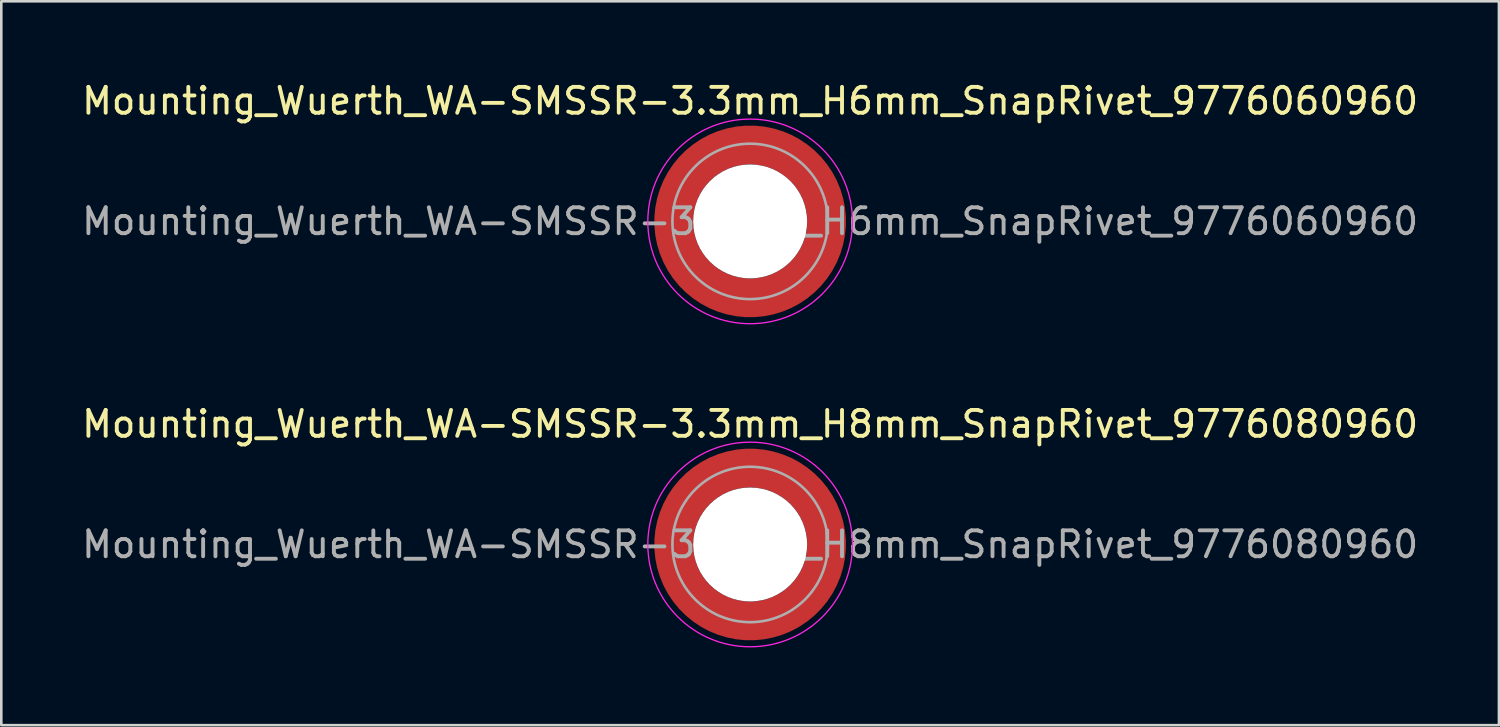
<source format=kicad_pcb>
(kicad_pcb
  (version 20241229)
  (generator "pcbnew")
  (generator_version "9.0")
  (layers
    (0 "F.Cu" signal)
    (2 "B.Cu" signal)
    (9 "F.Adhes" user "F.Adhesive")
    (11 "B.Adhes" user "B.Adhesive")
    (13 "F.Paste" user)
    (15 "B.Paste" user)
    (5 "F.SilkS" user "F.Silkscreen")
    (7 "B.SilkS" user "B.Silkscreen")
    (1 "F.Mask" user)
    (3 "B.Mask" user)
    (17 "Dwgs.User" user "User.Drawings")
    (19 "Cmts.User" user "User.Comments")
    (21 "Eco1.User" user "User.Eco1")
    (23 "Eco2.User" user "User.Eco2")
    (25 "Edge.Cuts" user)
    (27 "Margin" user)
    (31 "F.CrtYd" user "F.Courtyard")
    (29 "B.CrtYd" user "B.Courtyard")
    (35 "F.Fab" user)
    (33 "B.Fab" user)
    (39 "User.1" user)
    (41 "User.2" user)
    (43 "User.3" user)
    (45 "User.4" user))
  (footprint "Mounting_Wuerth_WA-SMSSR-3.3mm_H6mm_SnapRivet_9776060960"
    (layer "F.Cu")
    (at 25.911 5.498)
    (property "Reference" "Mounting_Wuerth_WA-SMSSR-3.3mm_H6mm_SnapRivet_9776060960" (at 0 -4.65 0) (layer "F.SilkS") (effects (font (size 1 1) (thickness 0.15))))
    (attr smd allow_soldermask_bridges)
    (fp_circle (center 0 0) (end 3.95 0) (stroke (width 0.05) (type solid)) (fill no) (layer "F.CrtYd"))
    (fp_circle (center 0 0) (end 3 0) (stroke (width 0.1) (type solid)) (fill no) (layer "F.Fab"))
    (fp_text user "${REFERENCE}" (at 0 0 0) (layer "F.Fab") (effects (font (size 1 1) (thickness 0.15))))
    (pad "" smd custom (at -2.077 -2.077) (size 0.698 0.698) (layers "F.Paste") (options (anchor circle)) (primitives (gr_arc (start -0.208831 1.577126) (mid 0.422496 0.422496) (end 1.577126 -0.208831) (width 0.2)) (gr_arc (start -0.310669 1.577126) (mid 0.35208 0.35208) (end 1.577126 -0.310669) (width 0.2)) (gr_arc (start -0.412325 1.577126) (mid 0.281664 0.281664) (end 1.577126 -0.412325) (width 0.2)) (gr_arc (start -0.51382 1.577126) (mid 0.211248 0.211248) (end 1.577126 -0.51382) (width 0.2)) (gr_arc (start -0.615172 1.577126) (mid 0.140832 0.140832) (end 1.577126 -0.615172) (width 0.2)) (gr_arc (start -0.716397 1.577126) (mid 0.070416 0.070416) (end 1.577126 -0.716397) (width 0.2)) (gr_arc (start -0.817508 1.577126) (mid 0 0) (end 1.577126 -0.817508) (width 0.2)) (gr_arc (start -0.918517 1.577126) (mid -0.070416 -0.070416) (end 1.577126 -0.918517) (width 0.2)) (gr_arc (start -1.019433 1.577126) (mid -0.140832 -0.140832) (end 1.577126 -1.019433) (width 0.2)) (gr_arc (start -1.120266 1.577126) (mid -0.211248 -0.211248) (end 1.577126 -1.120266) (width 0.2)) (gr_arc (start -1.221022 1.577126) (mid -0.281664 -0.281664) (end 1.577126 -1.221022) (width 0.2)) (gr_arc (start -1.32171 1.577126) (mid -0.35208 -0.35208) (end 1.577126 -1.32171) (width 0.2)) (gr_arc (start -1.422335 1.577126) (mid -0.422496 -0.422496) (end 1.577126 -1.422335) (width 0.2)) (gr_line (start 1.577 -0.209) (end 1.577 -1.422) (width 0.2)) (gr_line (start -0.209 1.577) (end -1.422 1.577) (width 0.2))))
    (pad "" smd custom (at -2.077 2.077) (size 0.698 0.698) (layers "F.Paste") (options (anchor circle)) (primitives (gr_arc (start 1.577126 0.208831) (mid 0.422496 -0.422496) (end -0.208831 -1.577126) (width 0.2)) (gr_arc (start 1.577126 0.310669) (mid 0.35208 -0.35208) (end -0.310669 -1.577126) (width 0.2)) (gr_arc (start 1.577126 0.412325) (mid 0.281664 -0.281664) (end -0.412325 -1.577126) (width 0.2)) (gr_arc (start 1.577126 0.51382) (mid 0.211248 -0.211248) (end -0.51382 -1.577126) (width 0.2)) (gr_arc (start 1.577126 0.615172) (mid 0.140832 -0.140832) (end -0.615172 -1.577126) (width 0.2)) (gr_arc (start 1.577126 0.716397) (mid 0.070416 -0.070416) (end -0.716397 -1.577126) (width 0.2)) (gr_arc (start 1.577126 0.817508) (mid 0 0) (end -0.817508 -1.577126) (width 0.2)) (gr_arc (start 1.577126 0.918517) (mid -0.070416 0.070416) (end -0.918517 -1.577126) (width 0.2)) (gr_arc (start 1.577126 1.019433) (mid -0.140832 0.140832) (end -1.019433 -1.577126) (width 0.2)) (gr_arc (start 1.577126 1.120266) (mid -0.211248 0.211248) (end -1.120266 -1.577126) (width 0.2)) (gr_arc (start 1.577126 1.221022) (mid -0.281664 0.281664) (end -1.221022 -1.577126) (width 0.2)) (gr_arc (start 1.577126 1.32171) (mid -0.35208 0.35208) (end -1.32171 -1.577126) (width 0.2)) (gr_arc (start 1.577126 1.422335) (mid -0.422496 0.422496) (end -1.422335 -1.577126) (width 0.2)) (gr_line (start -0.209 -1.577) (end -1.422 -1.577) (width 0.2)) (gr_line (start 1.577 0.209) (end 1.577 1.422) (width 0.2))))
    (pad "" np_thru_hole circle (at 0 0) (size 4.4 4.4) (drill 4.4) (layers "*.Cu" "*.Mask"))
    (pad "" smd custom (at 2.077 -2.077) (size 0.698 0.698) (layers "F.Paste") (options (anchor circle)) (primitives (gr_arc (start -1.577126 -0.208831) (mid -0.422496 0.422496) (end 0.208831 1.577126) (width 0.2)) (gr_arc (start -1.577126 -0.310669) (mid -0.35208 0.35208) (end 0.310669 1.577126) (width 0.2)) (gr_arc (start -1.577126 -0.412325) (mid -0.281664 0.281664) (end 0.412325 1.577126) (width 0.2)) (gr_arc (start -1.577126 -0.51382) (mid -0.211248 0.211248) (end 0.51382 1.577126) (width 0.2)) (gr_arc (start -1.577126 -0.615172) (mid -0.140832 0.140832) (end 0.615172 1.577126) (width 0.2)) (gr_arc (start -1.577126 -0.716397) (mid -0.070416 0.070416) (end 0.716397 1.577126) (width 0.2)) (gr_arc (start -1.577126 -0.817508) (mid 0 0) (end 0.817508 1.577126) (width 0.2)) (gr_arc (start -1.577126 -0.918517) (mid 0.070416 -0.070416) (end 0.918517 1.577126) (width 0.2)) (gr_arc (start -1.577126 -1.019433) (mid 0.140832 -0.140832) (end 1.019433 1.577126) (width 0.2)) (gr_arc (start -1.577126 -1.120266) (mid 0.211248 -0.211248) (end 1.120266 1.577126) (width 0.2)) (gr_arc (start -1.577126 -1.221022) (mid 0.281664 -0.281664) (end 1.221022 1.577126) (width 0.2)) (gr_arc (start -1.577126 -1.32171) (mid 0.35208 -0.35208) (end 1.32171 1.577126) (width 0.2)) (gr_arc (start -1.577126 -1.422335) (mid 0.422496 -0.422496) (end 1.422335 1.577126) (width 0.2)) (gr_line (start 0.209 1.577) (end 1.422 1.577) (width 0.2)) (gr_line (start -1.577 -0.209) (end -1.577 -1.422) (width 0.2))))
    (pad "" smd custom (at 2.077 2.077) (size 0.698 0.698) (layers "F.Paste") (options (anchor circle)) (primitives (gr_arc (start 0.208831 -1.577126) (mid -0.422496 -0.422496) (end -1.577126 0.208831) (width 0.2)) (gr_arc (start 0.310669 -1.577126) (mid -0.35208 -0.35208) (end -1.577126 0.310669) (width 0.2)) (gr_arc (start 0.412325 -1.577126) (mid -0.281664 -0.281664) (end -1.577126 0.412325) (width 0.2)) (gr_arc (start 0.51382 -1.577126) (mid -0.211248 -0.211248) (end -1.577126 0.51382) (width 0.2)) (gr_arc (start 0.615172 -1.577126) (mid -0.140832 -0.140832) (end -1.577126 0.615172) (width 0.2)) (gr_arc (start 0.716397 -1.577126) (mid -0.070416 -0.070416) (end -1.577126 0.716397) (width 0.2)) (gr_arc (start 0.817508 -1.577126) (mid 0 0) (end -1.577126 0.817508) (width 0.2)) (gr_arc (start 0.918517 -1.577126) (mid 0.070416 0.070416) (end -1.577126 0.918517) (width 0.2)) (gr_arc (start 1.019433 -1.577126) (mid 0.140832 0.140832) (end -1.577126 1.019433) (width 0.2)) (gr_arc (start 1.120266 -1.577126) (mid 0.211248 0.211248) (end -1.577126 1.120266) (width 0.2)) (gr_arc (start 1.221022 -1.577126) (mid 0.281664 0.281664) (end -1.577126 1.221022) (width 0.2)) (gr_arc (start 1.32171 -1.577126) (mid 0.35208 0.35208) (end -1.577126 1.32171) (width 0.2)) (gr_arc (start 1.422335 -1.577126) (mid 0.422496 0.422496) (end -1.577126 1.422335) (width 0.2)) (gr_line (start -1.577 0.209) (end -1.577 1.422) (width 0.2)) (gr_line (start 0.209 -1.577) (end 1.422 -1.577) (width 0.2))))
    (pad "1" smd circle (at -2.95 0) (size 0.992 0.992) (layers "F.Cu"))
    (pad "1" smd circle (at 0 -2.95) (size 0.992 0.992) (layers "F.Cu"))
    (pad "1" smd circle (at 0 2.95) (size 0.992 0.992) (layers "F.Cu"))
    (pad "1" smd custom (at 2.95 0) (size 1.5 1.5) (layers "F.Cu" "F.Mask") (options (anchor circle)) (primitives (gr_circle (center -2.95 0) (end 0 0) (width 1.5) (fill no)))))
  (footprint "Mounting_Wuerth_WA-SMSSR-3.3mm_H8mm_SnapRivet_9776080960"
    (layer "F.Cu")
    (at 25.911 17.971)
    (property "Reference" "Mounting_Wuerth_WA-SMSSR-3.3mm_H8mm_SnapRivet_9776080960" (at 0 -4.65 0) (layer "F.SilkS") (effects (font (size 1 1) (thickness 0.15))))
    (attr smd allow_soldermask_bridges)
    (fp_circle (center 0 0) (end 3.95 0) (stroke (width 0.05) (type solid)) (fill no) (layer "F.CrtYd"))
    (fp_circle (center 0 0) (end 3 0) (stroke (width 0.1) (type solid)) (fill no) (layer "F.Fab"))
    (fp_text user "${REFERENCE}" (at 0 0 0) (layer "F.Fab") (effects (font (size 1 1) (thickness 0.15))))
    (pad "" smd custom (at -2.077 -2.077) (size 0.698 0.698) (layers "F.Paste") (options (anchor circle)) (primitives (gr_arc (start -0.208831 1.577126) (mid 0.422496 0.422496) (end 1.577126 -0.208831) (width 0.2)) (gr_arc (start -0.310669 1.577126) (mid 0.35208 0.35208) (end 1.577126 -0.310669) (width 0.2)) (gr_arc (start -0.412325 1.577126) (mid 0.281664 0.281664) (end 1.577126 -0.412325) (width 0.2)) (gr_arc (start -0.51382 1.577126) (mid 0.211248 0.211248) (end 1.577126 -0.51382) (width 0.2)) (gr_arc (start -0.615172 1.577126) (mid 0.140832 0.140832) (end 1.577126 -0.615172) (width 0.2)) (gr_arc (start -0.716397 1.577126) (mid 0.070416 0.070416) (end 1.577126 -0.716397) (width 0.2)) (gr_arc (start -0.817508 1.577126) (mid 0 0) (end 1.577126 -0.817508) (width 0.2)) (gr_arc (start -0.918517 1.577126) (mid -0.070416 -0.070416) (end 1.577126 -0.918517) (width 0.2)) (gr_arc (start -1.019433 1.577126) (mid -0.140832 -0.140832) (end 1.577126 -1.019433) (width 0.2)) (gr_arc (start -1.120266 1.577126) (mid -0.211248 -0.211248) (end 1.577126 -1.120266) (width 0.2)) (gr_arc (start -1.221022 1.577126) (mid -0.281664 -0.281664) (end 1.577126 -1.221022) (width 0.2)) (gr_arc (start -1.32171 1.577126) (mid -0.35208 -0.35208) (end 1.577126 -1.32171) (width 0.2)) (gr_arc (start -1.422335 1.577126) (mid -0.422496 -0.422496) (end 1.577126 -1.422335) (width 0.2)) (gr_line (start 1.577 -0.209) (end 1.577 -1.422) (width 0.2)) (gr_line (start -0.209 1.577) (end -1.422 1.577) (width 0.2))))
    (pad "" smd custom (at -2.077 2.077) (size 0.698 0.698) (layers "F.Paste") (options (anchor circle)) (primitives (gr_arc (start 1.577126 0.208831) (mid 0.422496 -0.422496) (end -0.208831 -1.577126) (width 0.2)) (gr_arc (start 1.577126 0.310669) (mid 0.35208 -0.35208) (end -0.310669 -1.577126) (width 0.2)) (gr_arc (start 1.577126 0.412325) (mid 0.281664 -0.281664) (end -0.412325 -1.577126) (width 0.2)) (gr_arc (start 1.577126 0.51382) (mid 0.211248 -0.211248) (end -0.51382 -1.577126) (width 0.2)) (gr_arc (start 1.577126 0.615172) (mid 0.140832 -0.140832) (end -0.615172 -1.577126) (width 0.2)) (gr_arc (start 1.577126 0.716397) (mid 0.070416 -0.070416) (end -0.716397 -1.577126) (width 0.2)) (gr_arc (start 1.577126 0.817508) (mid 0 0) (end -0.817508 -1.577126) (width 0.2)) (gr_arc (start 1.577126 0.918517) (mid -0.070416 0.070416) (end -0.918517 -1.577126) (width 0.2)) (gr_arc (start 1.577126 1.019433) (mid -0.140832 0.140832) (end -1.019433 -1.577126) (width 0.2)) (gr_arc (start 1.577126 1.120266) (mid -0.211248 0.211248) (end -1.120266 -1.577126) (width 0.2)) (gr_arc (start 1.577126 1.221022) (mid -0.281664 0.281664) (end -1.221022 -1.577126) (width 0.2)) (gr_arc (start 1.577126 1.32171) (mid -0.35208 0.35208) (end -1.32171 -1.577126) (width 0.2)) (gr_arc (start 1.577126 1.422335) (mid -0.422496 0.422496) (end -1.422335 -1.577126) (width 0.2)) (gr_line (start -0.209 -1.577) (end -1.422 -1.577) (width 0.2)) (gr_line (start 1.577 0.209) (end 1.577 1.422) (width 0.2))))
    (pad "" np_thru_hole circle (at 0 0) (size 4.4 4.4) (drill 4.4) (layers "*.Cu" "*.Mask"))
    (pad "" smd custom (at 2.077 -2.077) (size 0.698 0.698) (layers "F.Paste") (options (anchor circle)) (primitives (gr_arc (start -1.577126 -0.208831) (mid -0.422496 0.422496) (end 0.208831 1.577126) (width 0.2)) (gr_arc (start -1.577126 -0.310669) (mid -0.35208 0.35208) (end 0.310669 1.577126) (width 0.2)) (gr_arc (start -1.577126 -0.412325) (mid -0.281664 0.281664) (end 0.412325 1.577126) (width 0.2)) (gr_arc (start -1.577126 -0.51382) (mid -0.211248 0.211248) (end 0.51382 1.577126) (width 0.2)) (gr_arc (start -1.577126 -0.615172) (mid -0.140832 0.140832) (end 0.615172 1.577126) (width 0.2)) (gr_arc (start -1.577126 -0.716397) (mid -0.070416 0.070416) (end 0.716397 1.577126) (width 0.2)) (gr_arc (start -1.577126 -0.817508) (mid 0 0) (end 0.817508 1.577126) (width 0.2)) (gr_arc (start -1.577126 -0.918517) (mid 0.070416 -0.070416) (end 0.918517 1.577126) (width 0.2)) (gr_arc (start -1.577126 -1.019433) (mid 0.140832 -0.140832) (end 1.019433 1.577126) (width 0.2)) (gr_arc (start -1.577126 -1.120266) (mid 0.211248 -0.211248) (end 1.120266 1.577126) (width 0.2)) (gr_arc (start -1.577126 -1.221022) (mid 0.281664 -0.281664) (end 1.221022 1.577126) (width 0.2)) (gr_arc (start -1.577126 -1.32171) (mid 0.35208 -0.35208) (end 1.32171 1.577126) (width 0.2)) (gr_arc (start -1.577126 -1.422335) (mid 0.422496 -0.422496) (end 1.422335 1.577126) (width 0.2)) (gr_line (start 0.209 1.577) (end 1.422 1.577) (width 0.2)) (gr_line (start -1.577 -0.209) (end -1.577 -1.422) (width 0.2))))
    (pad "" smd custom (at 2.077 2.077) (size 0.698 0.698) (layers "F.Paste") (options (anchor circle)) (primitives (gr_arc (start 0.208831 -1.577126) (mid -0.422496 -0.422496) (end -1.577126 0.208831) (width 0.2)) (gr_arc (start 0.310669 -1.577126) (mid -0.35208 -0.35208) (end -1.577126 0.310669) (width 0.2)) (gr_arc (start 0.412325 -1.577126) (mid -0.281664 -0.281664) (end -1.577126 0.412325) (width 0.2)) (gr_arc (start 0.51382 -1.577126) (mid -0.211248 -0.211248) (end -1.577126 0.51382) (width 0.2)) (gr_arc (start 0.615172 -1.577126) (mid -0.140832 -0.140832) (end -1.577126 0.615172) (width 0.2)) (gr_arc (start 0.716397 -1.577126) (mid -0.070416 -0.070416) (end -1.577126 0.716397) (width 0.2)) (gr_arc (start 0.817508 -1.577126) (mid 0 0) (end -1.577126 0.817508) (width 0.2)) (gr_arc (start 0.918517 -1.577126) (mid 0.070416 0.070416) (end -1.577126 0.918517) (width 0.2)) (gr_arc (start 1.019433 -1.577126) (mid 0.140832 0.140832) (end -1.577126 1.019433) (width 0.2)) (gr_arc (start 1.120266 -1.577126) (mid 0.211248 0.211248) (end -1.577126 1.120266) (width 0.2)) (gr_arc (start 1.221022 -1.577126) (mid 0.281664 0.281664) (end -1.577126 1.221022) (width 0.2)) (gr_arc (start 1.32171 -1.577126) (mid 0.35208 0.35208) (end -1.577126 1.32171) (width 0.2)) (gr_arc (start 1.422335 -1.577126) (mid 0.422496 0.422496) (end -1.577126 1.422335) (width 0.2)) (gr_line (start -1.577 0.209) (end -1.577 1.422) (width 0.2)) (gr_line (start 0.209 -1.577) (end 1.422 -1.577) (width 0.2))))
    (pad "1" smd circle (at -2.95 0) (size 0.992 0.992) (layers "F.Cu"))
    (pad "1" smd circle (at 0 -2.95) (size 0.992 0.992) (layers "F.Cu"))
    (pad "1" smd circle (at 0 2.95) (size 0.992 0.992) (layers "F.Cu"))
    (pad "1" smd custom (at 2.95 0) (size 1.5 1.5) (layers "F.Cu" "F.Mask") (options (anchor circle)) (primitives (gr_circle (center -2.95 0) (end 0 0) (width 1.5) (fill no)))))
  (gr_rect
    (start -3 -3)
    (end 54.821 24.947)
    (stroke (width 0.1) (type default))
    (fill no)
    (layer "Edge.Cuts")))
</source>
